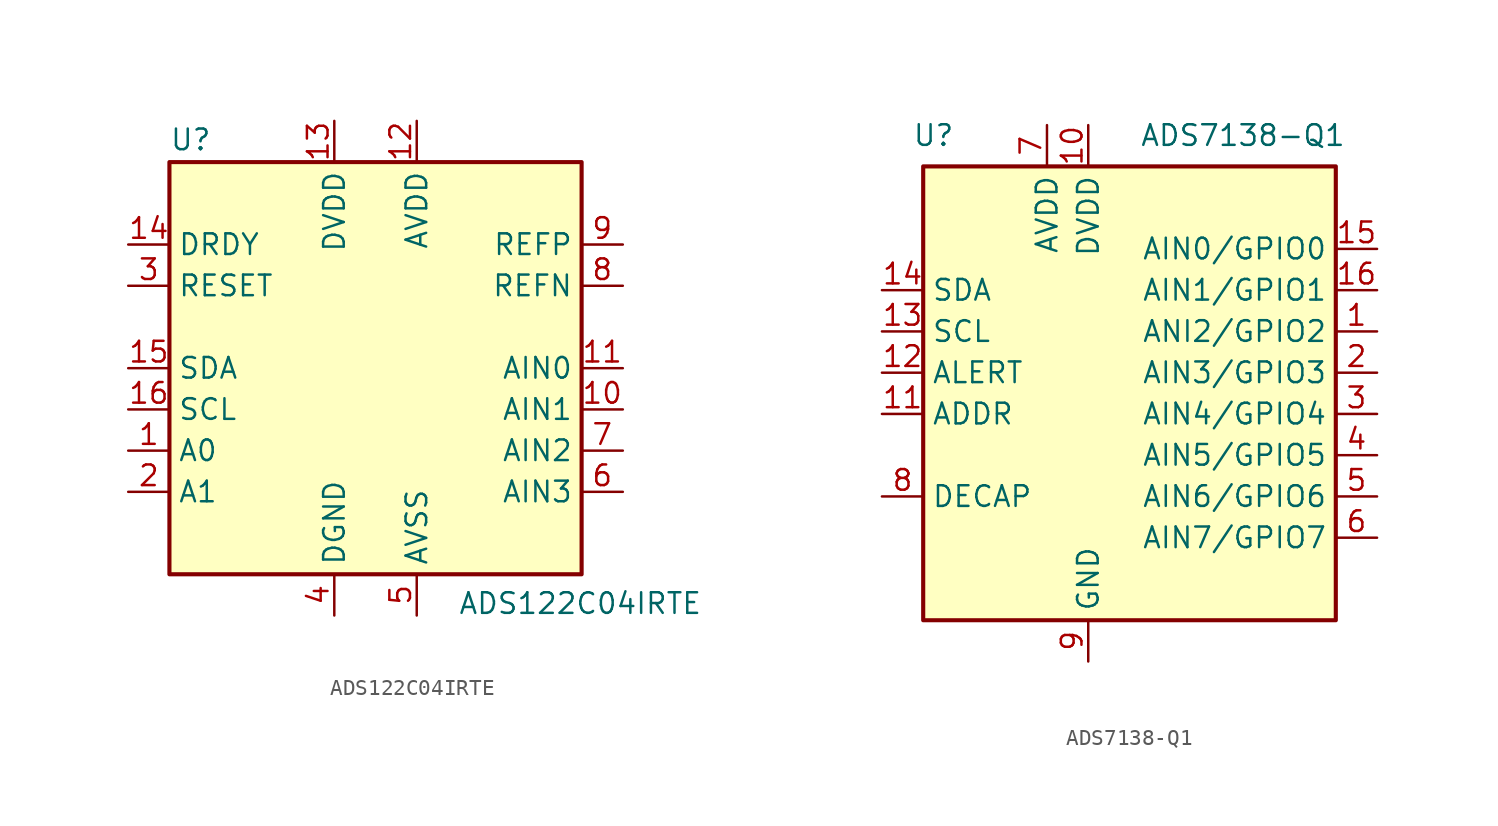
<source format=kicad_sym>
(kicad_symbol_lib
  (version 20231120)
  (generator "kicad_symbol_editor")
  (generator_version "8.0")
  (symbol "ADS122C04IRTE"
    (property "Reference" "U"
      (at -12.7 13.335 0)
      (effects (font (size 1.27 1.27)) (justify left bottom)))
    (property "Value" "ADS122C04IRTE"
      (at 5.08 -15.24 0)
      (effects (font (size 1.27 1.27)) (justify left bottom)))
    (symbol "ADS122C04IRTE_0_0"
      (pin power_in line (at 2.54 15.24 270) (length 2.54) (name "AVDD" (effects (font (size 1.27 1.27)))) (number "12" (effects (font (size 1.27 1.27)))))
      (pin power_in line (at -2.54 15.24 270) (length 2.54) (name "DVDD" (effects (font (size 1.27 1.27)))) (number "13" (effects (font (size 1.27 1.27)))))
      (pin output line (at -15.24 7.62 0) (length 2.54) (name "DRDY" (effects (font (size 1.27 1.27)))) (number "14" (effects (font (size 1.27 1.27)))))
      (pin bidirectional line (at -15.24 0 0) (length 2.54) (name "SDA" (effects (font (size 1.27 1.27)))) (number "15" (effects (font (size 1.27 1.27)))))
      (pin input line (at -15.24 -2.54 0) (length 2.54) (name "SCL" (effects (font (size 1.27 1.27)))) (number "16" (effects (font (size 1.27 1.27)))))
      (pin input line (at -15.24 5.08 0) (length 2.54) (name "RESET" (effects (font (size 1.27 1.27)))) (number "3" (effects (font (size 1.27 1.27)))))
      (pin power_in line (at -2.54 -15.24 90) (length 2.54) (name "DGND" (effects (font (size 1.27 1.27)))) (number "4" (effects (font (size 1.27 1.27)))))
      (pin power_in line (at 2.54 -15.24 90) (length 2.54) (name "AVSS" (effects (font (size 1.27 1.27)))) (number "5" (effects (font (size 1.27 1.27))))))
    (symbol "ADS122C04IRTE_1_0"
      (rectangle (start -12.7 12.7) (end 12.7 -12.7) (stroke (width 0.254) (type default)) (fill (type background)))
      (pin input line (at -15.24 -5.08 0) (length 2.54) (name "A0" (effects (font (size 1.27 1.27)))) (number "1" (effects (font (size 1.27 1.27)))))
      (pin input line (at 15.24 -2.54 180) (length 2.54) (name "AIN1" (effects (font (size 1.27 1.27)))) (number "10" (effects (font (size 1.27 1.27)))))
      (pin input line (at 15.24 0 180) (length 2.54) (name "AIN0" (effects (font (size 1.27 1.27)))) (number "11" (effects (font (size 1.27 1.27)))))
      (pin input line (at -15.24 -7.62 0) (length 2.54) (name "A1" (effects (font (size 1.27 1.27)))) (number "2" (effects (font (size 1.27 1.27)))))
      (pin input line (at 15.24 -7.62 180) (length 2.54) (name "AIN3" (effects (font (size 1.27 1.27)))) (number "6" (effects (font (size 1.27 1.27)))))
      (pin input line (at 15.24 -5.08 180) (length 2.54) (name "AIN2" (effects (font (size 1.27 1.27)))) (number "7" (effects (font (size 1.27 1.27)))))
      (pin input line (at 15.24 5.08 180) (length 2.54) (name "REFN" (effects (font (size 1.27 1.27)))) (number "8" (effects (font (size 1.27 1.27)))))
      (pin input line (at 15.24 7.62 180) (length 2.54) (name "REFP" (effects (font (size 1.27 1.27)))) (number "9" (effects (font (size 1.27 1.27)))))))
  (symbol "ADS7138-Q1"
    (property "Reference" "U"
      (at -12.065 14.605 0)
      (effects (font (size 1.27 1.27))))
    (property "Value" "ADS7138-Q1"
      (at 6.985 14.605 0)
      (effects (font (size 1.27 1.27))))
    (symbol "ADS7138-Q1_0_0"
      (pin bidirectional line (at 15.24 2.54 180) (length 2.54) (name "ANI2/GPIO2" (effects (font (size 1.27 1.27)))) (number "1" (effects (font (size 1.27 1.27)))))
      (pin power_in line (at -2.54 15.24 270) (length 2.54) (name "DVDD" (effects (font (size 1.27 1.27)))) (number "10" (effects (font (size 1.27 1.27)))))
      (pin input line (at -15.24 -2.54 0) (length 2.54) (name "ADDR" (effects (font (size 1.27 1.27)))) (number "11" (effects (font (size 1.27 1.27)))))
      (pin output line (at -15.24 0 0) (length 2.54) (name "ALERT" (effects (font (size 1.27 1.27)))) (number "12" (effects (font (size 1.27 1.27)))))
      (pin input line (at -15.24 2.54 0) (length 2.54) (name "SCL" (effects (font (size 1.27 1.27)))) (number "13" (effects (font (size 1.27 1.27)))))
      (pin bidirectional line (at -15.24 5.08 0) (length 2.54) (name "SDA" (effects (font (size 1.27 1.27)))) (number "14" (effects (font (size 1.27 1.27)))))
      (pin bidirectional line (at 15.24 7.62 180) (length 2.54) (name "AIN0/GPIO0" (effects (font (size 1.27 1.27)))) (number "15" (effects (font (size 1.27 1.27)))))
      (pin bidirectional line (at 15.24 5.08 180) (length 2.54) (name "AIN1/GPIO1" (effects (font (size 1.27 1.27)))) (number "16" (effects (font (size 1.27 1.27)))))
      (pin bidirectional line (at 15.24 0 180) (length 2.54) (name "AIN3/GPIO3" (effects (font (size 1.27 1.27)))) (number "2" (effects (font (size 1.27 1.27)))))
      (pin bidirectional line (at 15.24 -2.54 180) (length 2.54) (name "AIN4/GPIO4" (effects (font (size 1.27 1.27)))) (number "3" (effects (font (size 1.27 1.27)))))
      (pin bidirectional line (at 15.24 -5.08 180) (length 2.54) (name "AIN5/GPIO5" (effects (font (size 1.27 1.27)))) (number "4" (effects (font (size 1.27 1.27)))))
      (pin bidirectional line (at 15.24 -7.62 180) (length 2.54) (name "AIN6/GPIO6" (effects (font (size 1.27 1.27)))) (number "5" (effects (font (size 1.27 1.27)))))
      (pin bidirectional line (at 15.24 -10.16 180) (length 2.54) (name "AIN7/GPIO7" (effects (font (size 1.27 1.27)))) (number "6" (effects (font (size 1.27 1.27)))))
      (pin power_in line (at -5.08 15.24 270) (length 2.54) (name "AVDD" (effects (font (size 1.27 1.27)))) (number "7" (effects (font (size 1.27 1.27)))))
      (pin power_in line (at -15.24 -7.62 0) (length 2.54) (name "DECAP" (effects (font (size 1.27 1.27)))) (number "8" (effects (font (size 1.27 1.27)))))
      (pin power_in line (at -2.54 -17.78 90) (length 2.54) (name "GND" (effects (font (size 1.27 1.27)))) (number "9" (effects (font (size 1.27 1.27))))))
    (symbol "ADS7138-Q1_1_0"
      (pin power_in line (at -2.54 -17.78 90) (length 2.54) hide (name "EPAD" (effects (font (size 1.27 1.27)))) (number "17" (effects (font (size 1.27 1.27))))))
    (symbol "ADS7138-Q1_1_1"
      (rectangle (start -12.7 12.7) (end 12.7 -15.24) (stroke (width 0.254) (type default)) (fill (type background))))))
</source>
